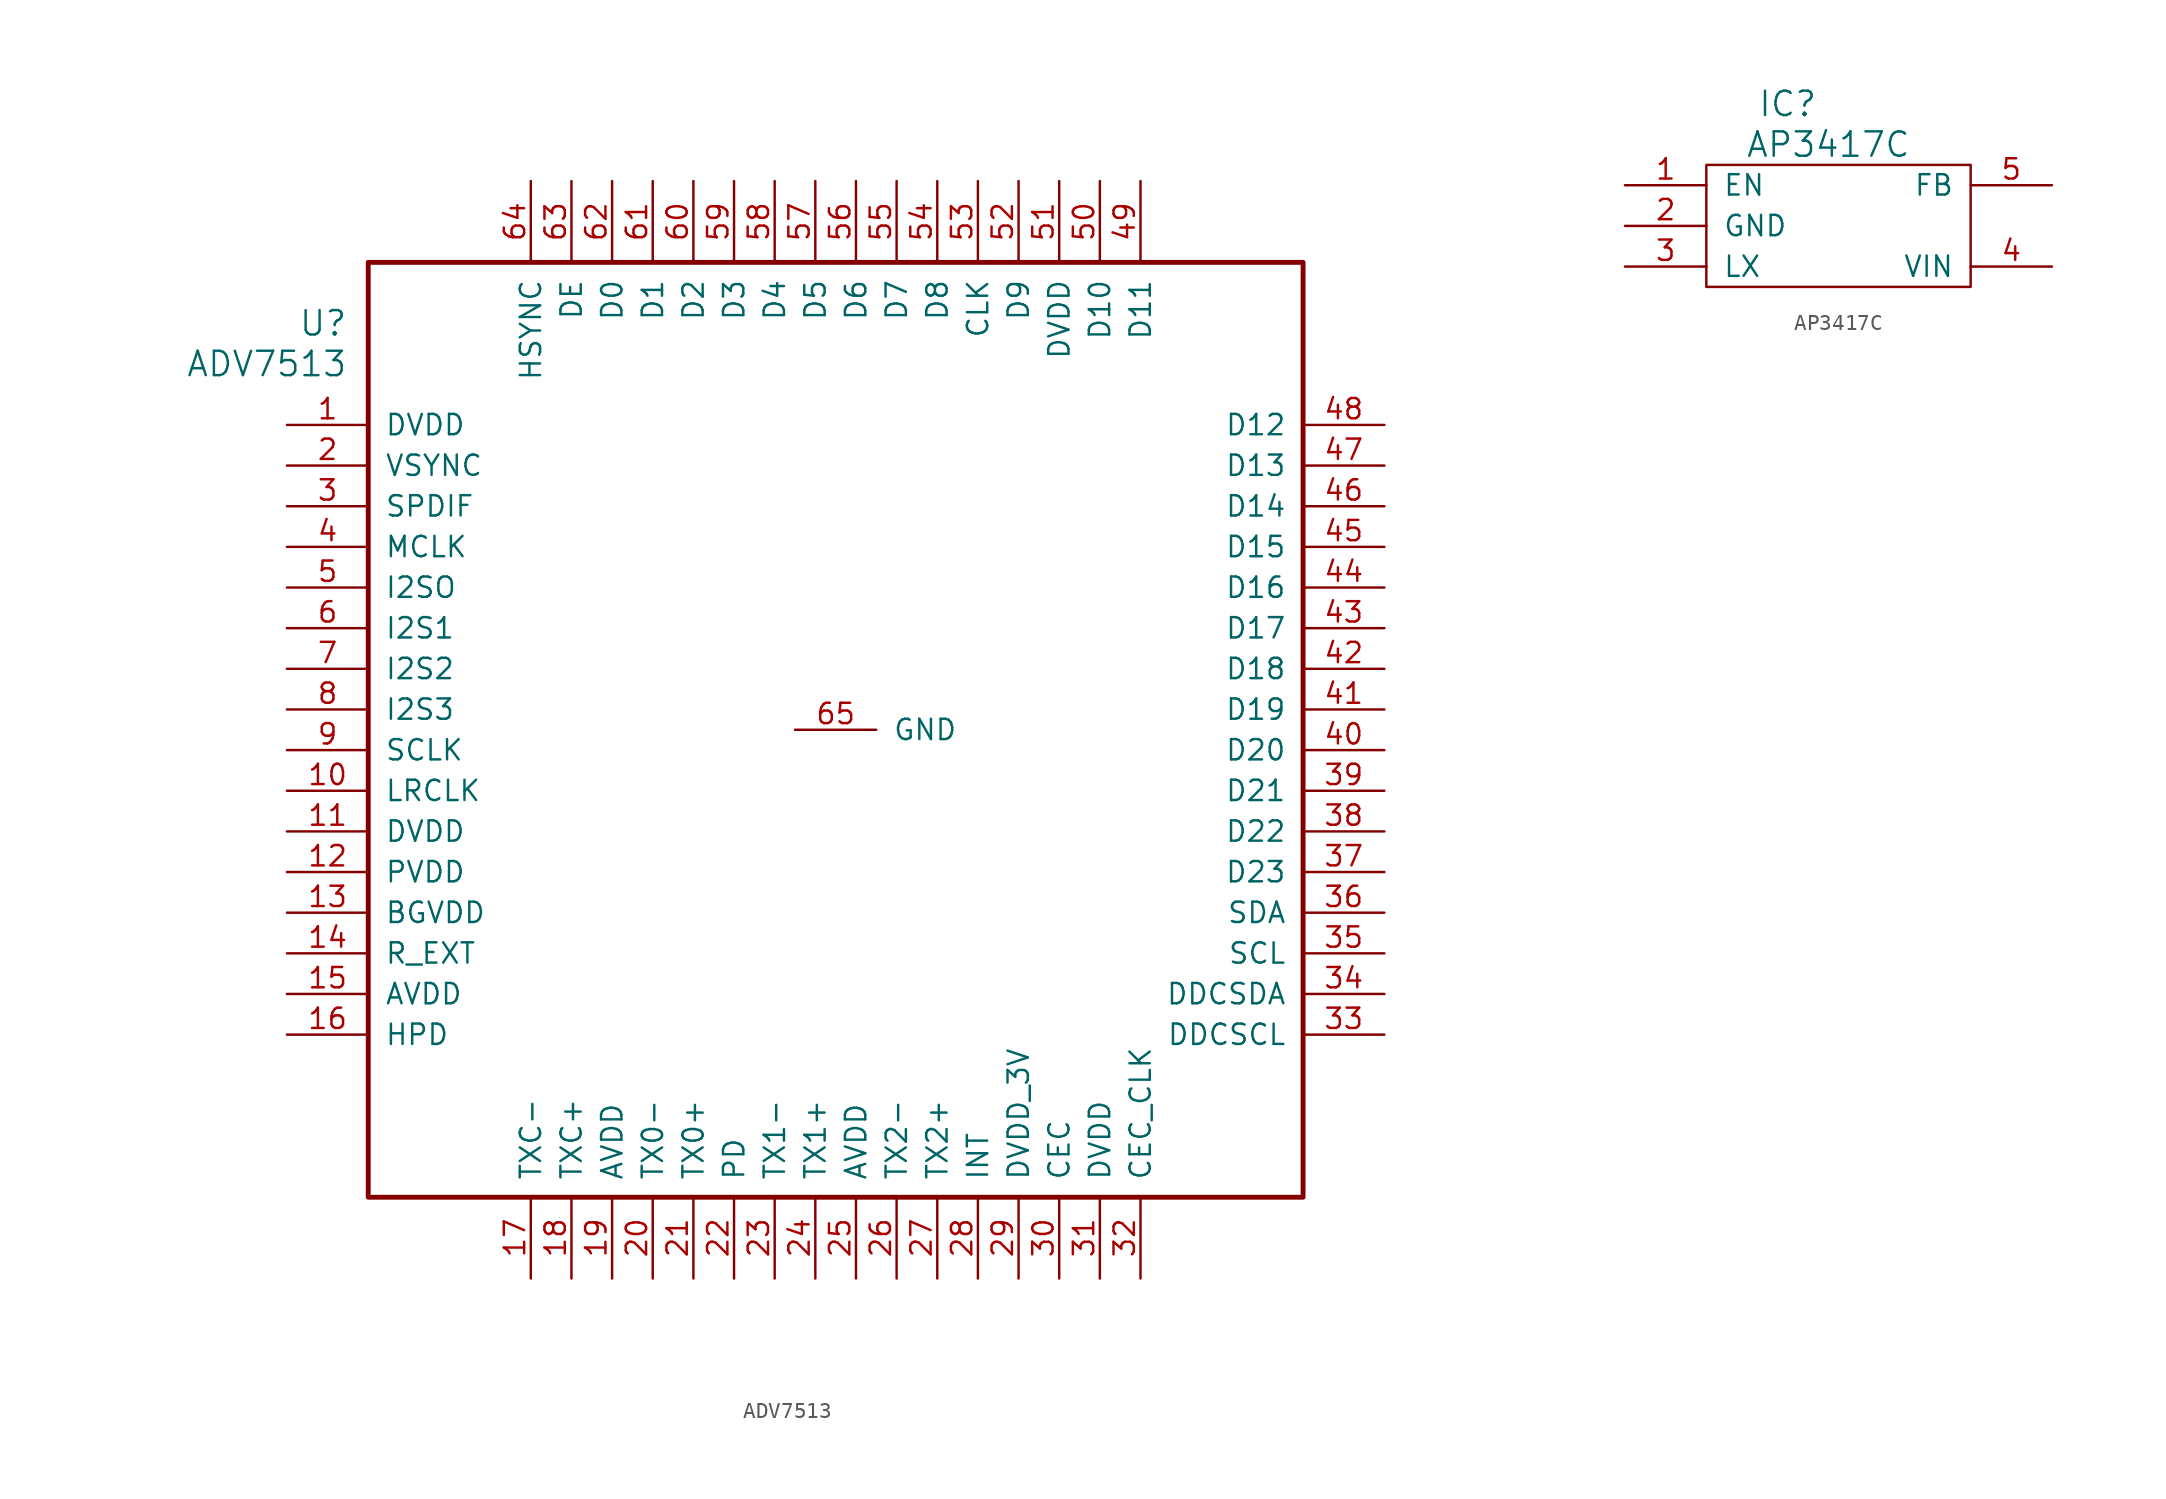
<source format=kicad_sym>
(kicad_symbol_lib
  (version 20211014)
  (generator kicad_symbol_editor)
  (symbol "ADV7513"
    (pin_names
      (offset 1.016))
    (property "Reference" "U"
      (at 3.81 6.35 0)
      (effects (font (size 1.524 1.524)) (justify right)))
    (property "Value" "ADV7513"
      (at 3.81 3.81 0)
      (effects (font (size 1.524 1.524)) (justify right)))
    (property "Footprint" ""
      (at 0 0 0)
      (effects (font (size 1.524 1.524))))
    (property "Datasheet" ""
      (at 0 0 0)
      (effects (font (size 1.524 1.524))))
    (property "ki_locked" ""
      (at 0 0 0)
      (effects (font (size 1.27 1.27))))
    (symbol "ADV7513_1_1"
      (rectangle (start 5.08 10.16) (end 63.5 -48.26) (stroke (width 0.305) (type default) (color 0 0 0 0)) (fill (type none)))
      (pin power_in line (at 0 0 0) (length 5.08) (name "DVDD" (effects (font (size 1.27 1.27)))) (number "1" (effects (font (size 1.27 1.27)))))
      (pin input line (at 0 -22.86 0) (length 5.08) (name "LRCLK" (effects (font (size 1.27 1.27)))) (number "10" (effects (font (size 1.27 1.27)))))
      (pin power_in line (at 0 -25.4 0) (length 5.08) (name "DVDD" (effects (font (size 1.27 1.27)))) (number "11" (effects (font (size 1.27 1.27)))))
      (pin power_in line (at 0 -27.94 0) (length 5.08) (name "PVDD" (effects (font (size 1.27 1.27)))) (number "12" (effects (font (size 1.27 1.27)))))
      (pin power_in line (at 0 -30.48 0) (length 5.08) (name "BGVDD" (effects (font (size 1.27 1.27)))) (number "13" (effects (font (size 1.27 1.27)))))
      (pin input line (at 0 -33.02 0) (length 5.08) (name "R_EXT" (effects (font (size 1.27 1.27)))) (number "14" (effects (font (size 1.27 1.27)))))
      (pin power_in line (at 0 -35.56 0) (length 5.08) (name "AVDD" (effects (font (size 1.27 1.27)))) (number "15" (effects (font (size 1.27 1.27)))))
      (pin input line (at 0 -38.1 0) (length 5.08) (name "HPD" (effects (font (size 1.27 1.27)))) (number "16" (effects (font (size 1.27 1.27)))))
      (pin output line (at 15.24 -53.34 90) (length 5.08) (name "TXC-" (effects (font (size 1.27 1.27)))) (number "17" (effects (font (size 1.27 1.27)))))
      (pin output line (at 17.78 -53.34 90) (length 5.08) (name "TXC+" (effects (font (size 1.27 1.27)))) (number "18" (effects (font (size 1.27 1.27)))))
      (pin power_in line (at 20.32 -53.34 90) (length 5.08) (name "AVDD" (effects (font (size 1.27 1.27)))) (number "19" (effects (font (size 1.27 1.27)))))
      (pin input line (at 0 -2.54 0) (length 5.08) (name "VSYNC" (effects (font (size 1.27 1.27)))) (number "2" (effects (font (size 1.27 1.27)))))
      (pin output line (at 22.86 -53.34 90) (length 5.08) (name "TX0-" (effects (font (size 1.27 1.27)))) (number "20" (effects (font (size 1.27 1.27)))))
      (pin output line (at 25.4 -53.34 90) (length 5.08) (name "TX0+" (effects (font (size 1.27 1.27)))) (number "21" (effects (font (size 1.27 1.27)))))
      (pin input line (at 27.94 -53.34 90) (length 5.08) (name "PD" (effects (font (size 1.27 1.27)))) (number "22" (effects (font (size 1.27 1.27)))))
      (pin output line (at 30.48 -53.34 90) (length 5.08) (name "TX1-" (effects (font (size 1.27 1.27)))) (number "23" (effects (font (size 1.27 1.27)))))
      (pin output line (at 33.02 -53.34 90) (length 5.08) (name "TX1+" (effects (font (size 1.27 1.27)))) (number "24" (effects (font (size 1.27 1.27)))))
      (pin power_in line (at 35.56 -53.34 90) (length 5.08) (name "AVDD" (effects (font (size 1.27 1.27)))) (number "25" (effects (font (size 1.27 1.27)))))
      (pin output line (at 38.1 -53.34 90) (length 5.08) (name "TX2-" (effects (font (size 1.27 1.27)))) (number "26" (effects (font (size 1.27 1.27)))))
      (pin output line (at 40.64 -53.34 90) (length 5.08) (name "TX2+" (effects (font (size 1.27 1.27)))) (number "27" (effects (font (size 1.27 1.27)))))
      (pin output line (at 43.18 -53.34 90) (length 5.08) (name "INT" (effects (font (size 1.27 1.27)))) (number "28" (effects (font (size 1.27 1.27)))))
      (pin power_in line (at 45.72 -53.34 90) (length 5.08) (name "DVDD_3V" (effects (font (size 1.27 1.27)))) (number "29" (effects (font (size 1.27 1.27)))))
      (pin input line (at 0 -5.08 0) (length 5.08) (name "SPDIF" (effects (font (size 1.27 1.27)))) (number "3" (effects (font (size 1.27 1.27)))))
      (pin input line (at 48.26 -53.34 90) (length 5.08) (name "CEC" (effects (font (size 1.27 1.27)))) (number "30" (effects (font (size 1.27 1.27)))))
      (pin power_in line (at 50.8 -53.34 90) (length 5.08) (name "DVDD" (effects (font (size 1.27 1.27)))) (number "31" (effects (font (size 1.27 1.27)))))
      (pin input line (at 53.34 -53.34 90) (length 5.08) (name "CEC_CLK" (effects (font (size 1.27 1.27)))) (number "32" (effects (font (size 1.27 1.27)))))
      (pin bidirectional line (at 68.58 -38.1 180) (length 5.08) (name "DDCSCL" (effects (font (size 1.27 1.27)))) (number "33" (effects (font (size 1.27 1.27)))))
      (pin bidirectional line (at 68.58 -35.56 180) (length 5.08) (name "DDCSDA" (effects (font (size 1.27 1.27)))) (number "34" (effects (font (size 1.27 1.27)))))
      (pin bidirectional line (at 68.58 -33.02 180) (length 5.08) (name "SCL" (effects (font (size 1.27 1.27)))) (number "35" (effects (font (size 1.27 1.27)))))
      (pin bidirectional line (at 68.58 -30.48 180) (length 5.08) (name "SDA" (effects (font (size 1.27 1.27)))) (number "36" (effects (font (size 1.27 1.27)))))
      (pin input line (at 68.58 -27.94 180) (length 5.08) (name "D23" (effects (font (size 1.27 1.27)))) (number "37" (effects (font (size 1.27 1.27)))))
      (pin input line (at 68.58 -25.4 180) (length 5.08) (name "D22" (effects (font (size 1.27 1.27)))) (number "38" (effects (font (size 1.27 1.27)))))
      (pin input line (at 68.58 -22.86 180) (length 5.08) (name "D21" (effects (font (size 1.27 1.27)))) (number "39" (effects (font (size 1.27 1.27)))))
      (pin input line (at 0 -7.62 0) (length 5.08) (name "MCLK" (effects (font (size 1.27 1.27)))) (number "4" (effects (font (size 1.27 1.27)))))
      (pin input line (at 68.58 -20.32 180) (length 5.08) (name "D20" (effects (font (size 1.27 1.27)))) (number "40" (effects (font (size 1.27 1.27)))))
      (pin input line (at 68.58 -17.78 180) (length 5.08) (name "D19" (effects (font (size 1.27 1.27)))) (number "41" (effects (font (size 1.27 1.27)))))
      (pin input line (at 68.58 -15.24 180) (length 5.08) (name "D18" (effects (font (size 1.27 1.27)))) (number "42" (effects (font (size 1.27 1.27)))))
      (pin input line (at 68.58 -12.7 180) (length 5.08) (name "D17" (effects (font (size 1.27 1.27)))) (number "43" (effects (font (size 1.27 1.27)))))
      (pin input line (at 68.58 -10.16 180) (length 5.08) (name "D16" (effects (font (size 1.27 1.27)))) (number "44" (effects (font (size 1.27 1.27)))))
      (pin input line (at 68.58 -7.62 180) (length 5.08) (name "D15" (effects (font (size 1.27 1.27)))) (number "45" (effects (font (size 1.27 1.27)))))
      (pin input line (at 68.58 -5.08 180) (length 5.08) (name "D14" (effects (font (size 1.27 1.27)))) (number "46" (effects (font (size 1.27 1.27)))))
      (pin input line (at 68.58 -2.54 180) (length 5.08) (name "D13" (effects (font (size 1.27 1.27)))) (number "47" (effects (font (size 1.27 1.27)))))
      (pin input line (at 68.58 0 180) (length 5.08) (name "D12" (effects (font (size 1.27 1.27)))) (number "48" (effects (font (size 1.27 1.27)))))
      (pin input line (at 53.34 15.24 270) (length 5.08) (name "D11" (effects (font (size 1.27 1.27)))) (number "49" (effects (font (size 1.27 1.27)))))
      (pin input line (at 0 -10.16 0) (length 5.08) (name "I2SO" (effects (font (size 1.27 1.27)))) (number "5" (effects (font (size 1.27 1.27)))))
      (pin input line (at 50.8 15.24 270) (length 5.08) (name "D10" (effects (font (size 1.27 1.27)))) (number "50" (effects (font (size 1.27 1.27)))))
      (pin power_in line (at 48.26 15.24 270) (length 5.08) (name "DVDD" (effects (font (size 1.27 1.27)))) (number "51" (effects (font (size 1.27 1.27)))))
      (pin input line (at 45.72 15.24 270) (length 5.08) (name "D9" (effects (font (size 1.27 1.27)))) (number "52" (effects (font (size 1.27 1.27)))))
      (pin input line (at 43.18 15.24 270) (length 5.08) (name "CLK" (effects (font (size 1.27 1.27)))) (number "53" (effects (font (size 1.27 1.27)))))
      (pin input line (at 40.64 15.24 270) (length 5.08) (name "D8" (effects (font (size 1.27 1.27)))) (number "54" (effects (font (size 1.27 1.27)))))
      (pin input line (at 38.1 15.24 270) (length 5.08) (name "D7" (effects (font (size 1.27 1.27)))) (number "55" (effects (font (size 1.27 1.27)))))
      (pin input line (at 35.56 15.24 270) (length 5.08) (name "D6" (effects (font (size 1.27 1.27)))) (number "56" (effects (font (size 1.27 1.27)))))
      (pin input line (at 33.02 15.24 270) (length 5.08) (name "D5" (effects (font (size 1.27 1.27)))) (number "57" (effects (font (size 1.27 1.27)))))
      (pin input line (at 30.48 15.24 270) (length 5.08) (name "D4" (effects (font (size 1.27 1.27)))) (number "58" (effects (font (size 1.27 1.27)))))
      (pin input line (at 27.94 15.24 270) (length 5.08) (name "D3" (effects (font (size 1.27 1.27)))) (number "59" (effects (font (size 1.27 1.27)))))
      (pin input line (at 0 -12.7 0) (length 5.08) (name "I2S1" (effects (font (size 1.27 1.27)))) (number "6" (effects (font (size 1.27 1.27)))))
      (pin input line (at 25.4 15.24 270) (length 5.08) (name "D2" (effects (font (size 1.27 1.27)))) (number "60" (effects (font (size 1.27 1.27)))))
      (pin input line (at 22.86 15.24 270) (length 5.08) (name "D1" (effects (font (size 1.27 1.27)))) (number "61" (effects (font (size 1.27 1.27)))))
      (pin input line (at 20.32 15.24 270) (length 5.08) (name "D0" (effects (font (size 1.27 1.27)))) (number "62" (effects (font (size 1.27 1.27)))))
      (pin input line (at 17.78 15.24 270) (length 5.08) (name "DE" (effects (font (size 1.27 1.27)))) (number "63" (effects (font (size 1.27 1.27)))))
      (pin input line (at 15.24 15.24 270) (length 5.08) (name "HSYNC" (effects (font (size 1.27 1.27)))) (number "64" (effects (font (size 1.27 1.27)))))
      (pin power_in line (at 31.75 -19.05 0) (length 5.08) (name "GND" (effects (font (size 1.27 1.27)))) (number "65" (effects (font (size 1.27 1.27)))))
      (pin input line (at 0 -15.24 0) (length 5.08) (name "I2S2" (effects (font (size 1.27 1.27)))) (number "7" (effects (font (size 1.27 1.27)))))
      (pin input line (at 0 -17.78 0) (length 5.08) (name "I2S3" (effects (font (size 1.27 1.27)))) (number "8" (effects (font (size 1.27 1.27)))))
      (pin input line (at 0 -20.32 0) (length 5.08) (name "SCLK" (effects (font (size 1.27 1.27)))) (number "9" (effects (font (size 1.27 1.27)))))))
  (symbol "AP3417C"
    (pin_names
      (offset 1.016))
    (property "Reference" "IC"
      (at -2.54 1.27 0)
      (effects (font (size 1.524 1.524))))
    (property "Value" "AP3417C"
      (at 0 -1.27 0)
      (effects (font (size 1.524 1.524))))
    (symbol "AP3417C_0_1"
      (rectangle (start -7.62 -2.54) (end 8.89 -10.16) (stroke (width 0) (type default) (color 0 0 0 0)) (fill (type none))))
    (symbol "AP3417C_1_1"
      (pin input line (at -12.7 -3.81 0) (length 5.08) (name "EN" (effects (font (size 1.27 1.27)))) (number "1" (effects (font (size 1.27 1.27)))))
      (pin power_in line (at -12.7 -6.35 0) (length 5.08) (name "GND" (effects (font (size 1.27 1.27)))) (number "2" (effects (font (size 1.27 1.27)))))
      (pin power_out line (at -12.7 -8.89 0) (length 5.08) (name "LX" (effects (font (size 1.27 1.27)))) (number "3" (effects (font (size 1.27 1.27)))))
      (pin power_in line (at 13.97 -8.89 180) (length 5.08) (name "VIN" (effects (font (size 1.27 1.27)))) (number "4" (effects (font (size 1.27 1.27)))))
      (pin input line (at 13.97 -3.81 180) (length 5.08) (name "FB" (effects (font (size 1.27 1.27)))) (number "5" (effects (font (size 1.27 1.27))))))))
</source>
